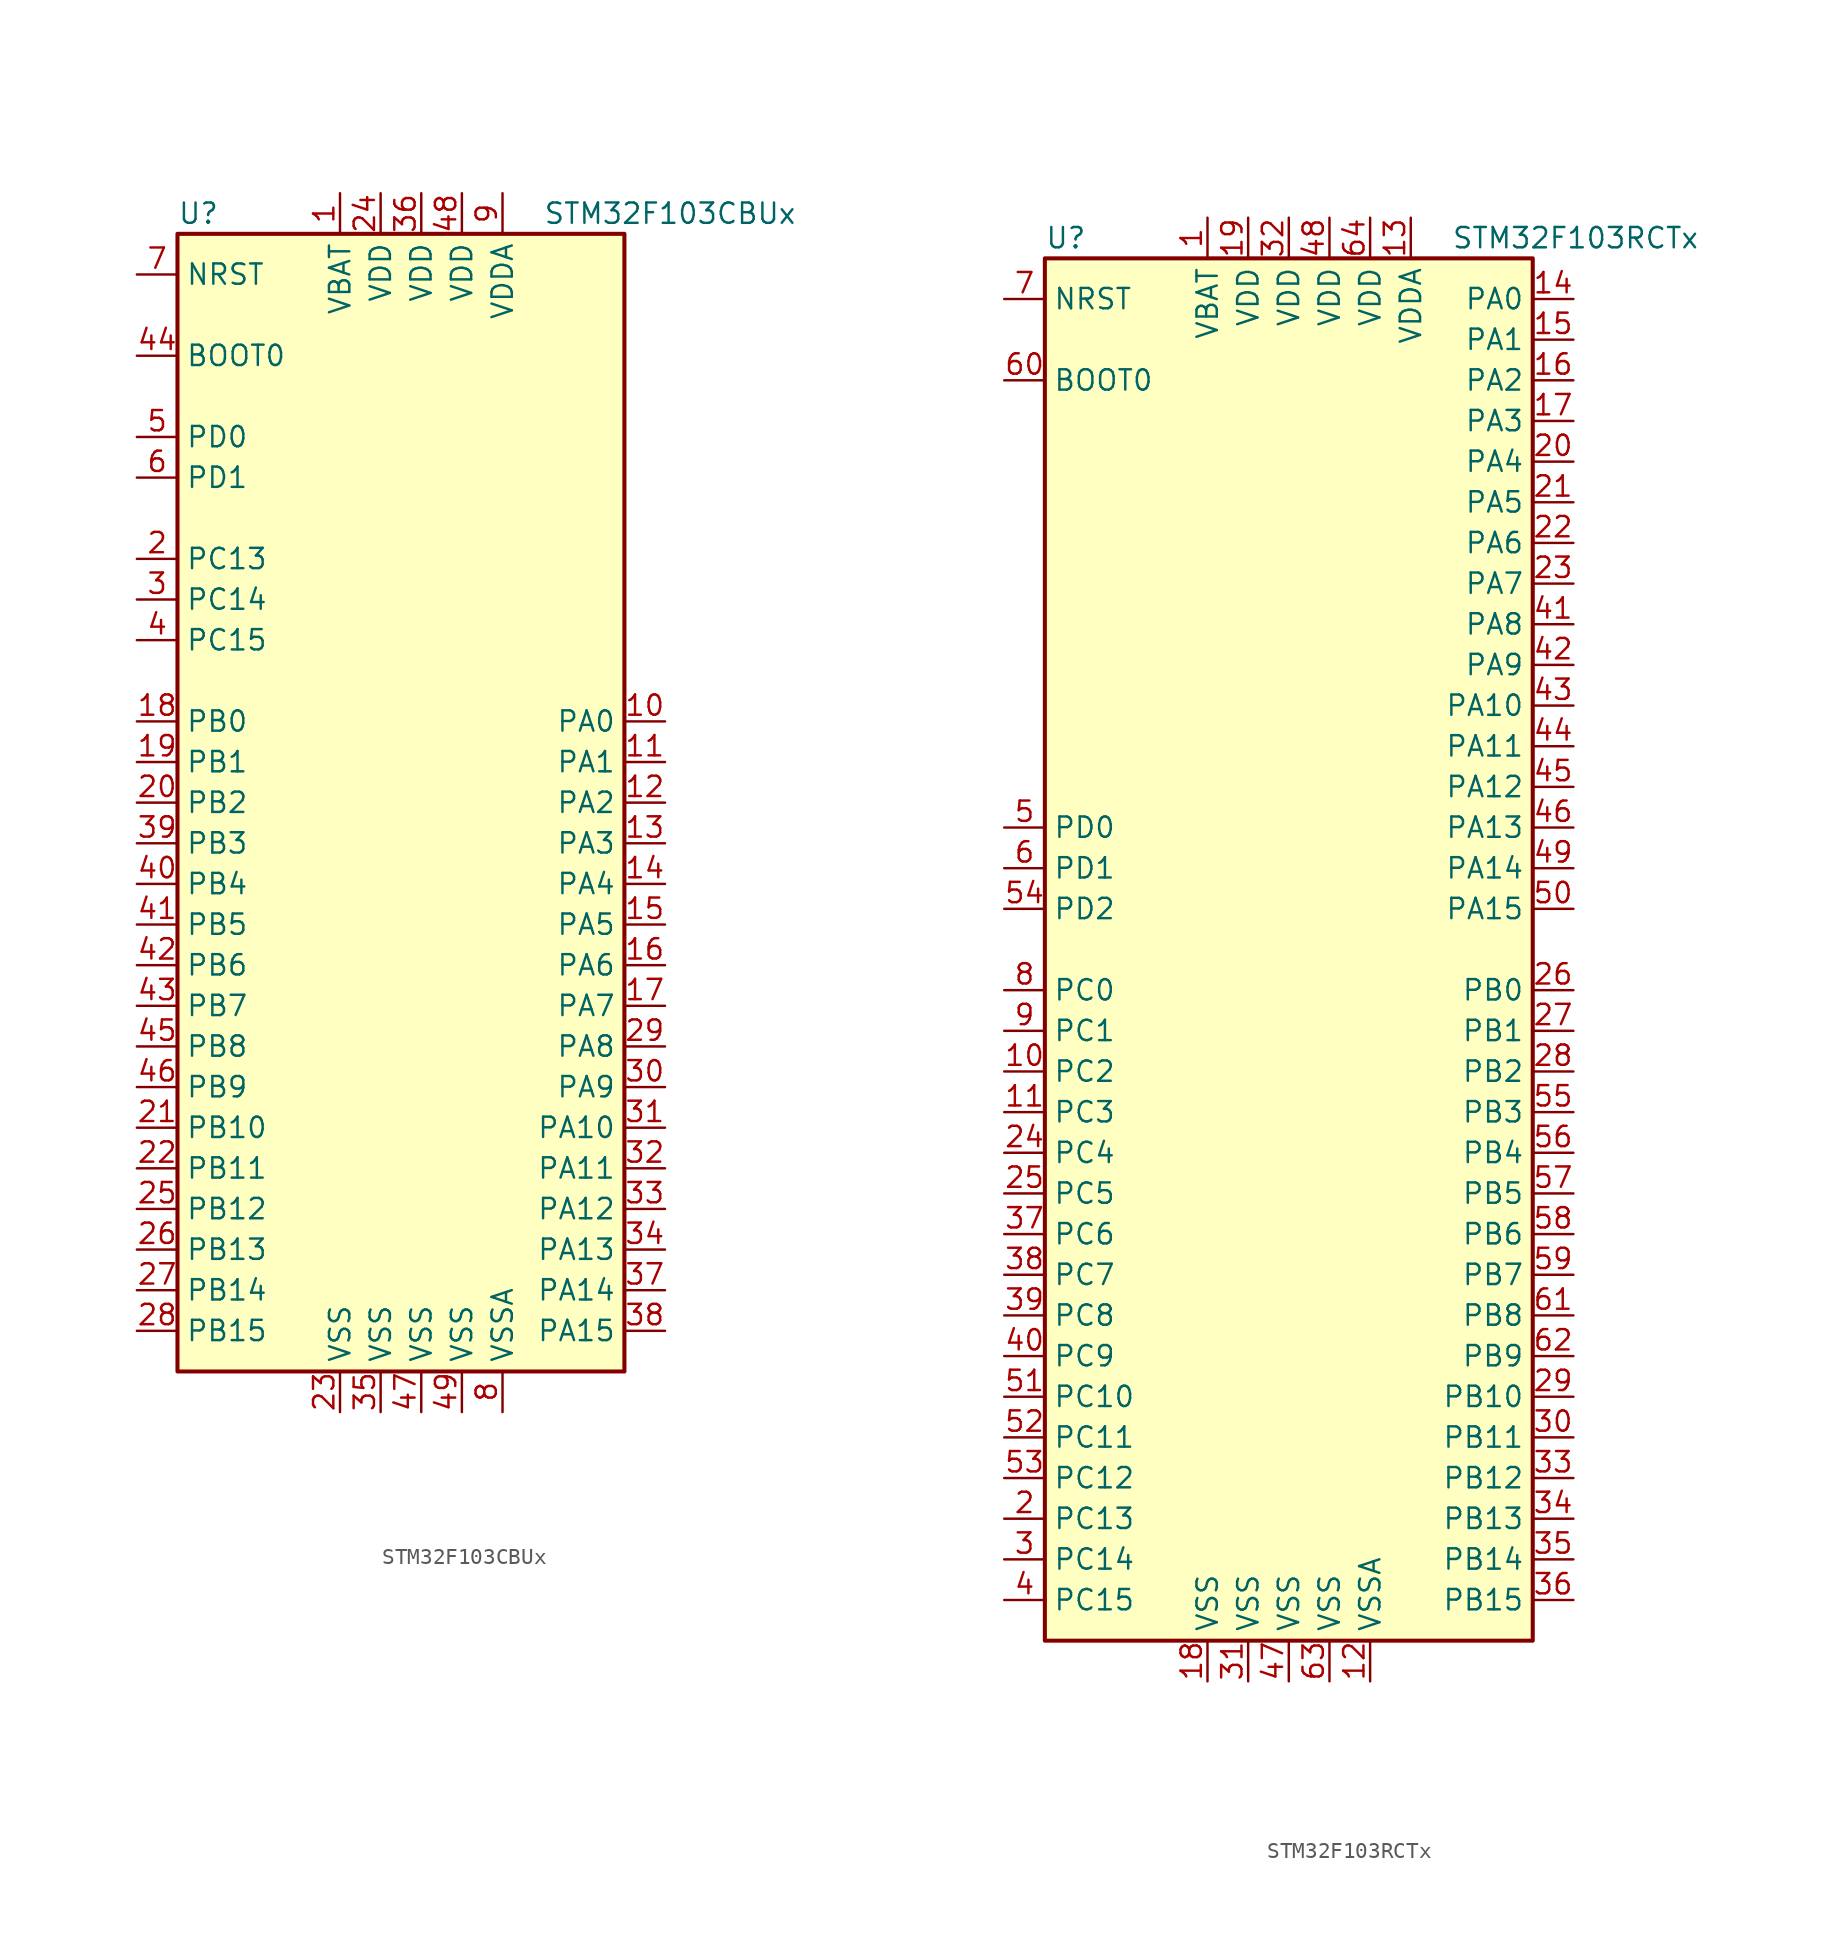
<source format=kicad_sym>
(kicad_symbol_lib
  (version 20201005)
  (generator kicad_symbol_editor)
  (symbol "STM32F103CBUx"
    (property "Reference" "U"
      (at -15.24 36.83 0)
      (effects (font (size 1.27 1.27)) (justify left)))
    (property "Value" "STM32F103CBUx"
      (at 7.62 36.83 0)
      (effects (font (size 1.27 1.27)) (justify left)))
    (symbol "STM32F103CBUx_0_1"
      (rectangle (start -15.24 -35.56) (end 12.7 35.56) (stroke (width 0.254)) (fill (type background))))
    (symbol "STM32F103CBUx_1_1"
      (pin input line (at -17.78 27.94 0) (length 2.54) (name "BOOT0" (effects (font (size 1.27 1.27)))) (number "44" (effects (font (size 1.27 1.27)))))
      (pin input line (at -17.78 33.02 0) (length 2.54) (name "NRST" (effects (font (size 1.27 1.27)))) (number "7" (effects (font (size 1.27 1.27)))))
      (pin bidirectional line (at 15.24 5.08 180) (length 2.54) (name "PA0" (effects (font (size 1.27 1.27)))) (number "10" (effects (font (size 1.27 1.27)))))
      (pin bidirectional line (at 15.24 2.54 180) (length 2.54) (name "PA1" (effects (font (size 1.27 1.27)))) (number "11" (effects (font (size 1.27 1.27)))))
      (pin bidirectional line (at 15.24 -20.32 180) (length 2.54) (name "PA10" (effects (font (size 1.27 1.27)))) (number "31" (effects (font (size 1.27 1.27)))))
      (pin bidirectional line (at 15.24 -22.86 180) (length 2.54) (name "PA11" (effects (font (size 1.27 1.27)))) (number "32" (effects (font (size 1.27 1.27)))))
      (pin bidirectional line (at 15.24 -25.4 180) (length 2.54) (name "PA12" (effects (font (size 1.27 1.27)))) (number "33" (effects (font (size 1.27 1.27)))))
      (pin bidirectional line (at 15.24 -27.94 180) (length 2.54) (name "PA13" (effects (font (size 1.27 1.27)))) (number "34" (effects (font (size 1.27 1.27)))))
      (pin bidirectional line (at 15.24 -30.48 180) (length 2.54) (name "PA14" (effects (font (size 1.27 1.27)))) (number "37" (effects (font (size 1.27 1.27)))))
      (pin bidirectional line (at 15.24 -33.02 180) (length 2.54) (name "PA15" (effects (font (size 1.27 1.27)))) (number "38" (effects (font (size 1.27 1.27)))))
      (pin bidirectional line (at 15.24 0 180) (length 2.54) (name "PA2" (effects (font (size 1.27 1.27)))) (number "12" (effects (font (size 1.27 1.27)))))
      (pin bidirectional line (at 15.24 -2.54 180) (length 2.54) (name "PA3" (effects (font (size 1.27 1.27)))) (number "13" (effects (font (size 1.27 1.27)))))
      (pin bidirectional line (at 15.24 -5.08 180) (length 2.54) (name "PA4" (effects (font (size 1.27 1.27)))) (number "14" (effects (font (size 1.27 1.27)))))
      (pin bidirectional line (at 15.24 -7.62 180) (length 2.54) (name "PA5" (effects (font (size 1.27 1.27)))) (number "15" (effects (font (size 1.27 1.27)))))
      (pin bidirectional line (at 15.24 -10.16 180) (length 2.54) (name "PA6" (effects (font (size 1.27 1.27)))) (number "16" (effects (font (size 1.27 1.27)))))
      (pin bidirectional line (at 15.24 -12.7 180) (length 2.54) (name "PA7" (effects (font (size 1.27 1.27)))) (number "17" (effects (font (size 1.27 1.27)))))
      (pin bidirectional line (at 15.24 -15.24 180) (length 2.54) (name "PA8" (effects (font (size 1.27 1.27)))) (number "29" (effects (font (size 1.27 1.27)))))
      (pin bidirectional line (at 15.24 -17.78 180) (length 2.54) (name "PA9" (effects (font (size 1.27 1.27)))) (number "30" (effects (font (size 1.27 1.27)))))
      (pin bidirectional line (at -17.78 5.08 0) (length 2.54) (name "PB0" (effects (font (size 1.27 1.27)))) (number "18" (effects (font (size 1.27 1.27)))))
      (pin bidirectional line (at -17.78 2.54 0) (length 2.54) (name "PB1" (effects (font (size 1.27 1.27)))) (number "19" (effects (font (size 1.27 1.27)))))
      (pin bidirectional line (at -17.78 -20.32 0) (length 2.54) (name "PB10" (effects (font (size 1.27 1.27)))) (number "21" (effects (font (size 1.27 1.27)))))
      (pin bidirectional line (at -17.78 -22.86 0) (length 2.54) (name "PB11" (effects (font (size 1.27 1.27)))) (number "22" (effects (font (size 1.27 1.27)))))
      (pin bidirectional line (at -17.78 -25.4 0) (length 2.54) (name "PB12" (effects (font (size 1.27 1.27)))) (number "25" (effects (font (size 1.27 1.27)))))
      (pin bidirectional line (at -17.78 -27.94 0) (length 2.54) (name "PB13" (effects (font (size 1.27 1.27)))) (number "26" (effects (font (size 1.27 1.27)))))
      (pin bidirectional line (at -17.78 -30.48 0) (length 2.54) (name "PB14" (effects (font (size 1.27 1.27)))) (number "27" (effects (font (size 1.27 1.27)))))
      (pin bidirectional line (at -17.78 -33.02 0) (length 2.54) (name "PB15" (effects (font (size 1.27 1.27)))) (number "28" (effects (font (size 1.27 1.27)))))
      (pin bidirectional line (at -17.78 0 0) (length 2.54) (name "PB2" (effects (font (size 1.27 1.27)))) (number "20" (effects (font (size 1.27 1.27)))))
      (pin bidirectional line (at -17.78 -2.54 0) (length 2.54) (name "PB3" (effects (font (size 1.27 1.27)))) (number "39" (effects (font (size 1.27 1.27)))))
      (pin bidirectional line (at -17.78 -5.08 0) (length 2.54) (name "PB4" (effects (font (size 1.27 1.27)))) (number "40" (effects (font (size 1.27 1.27)))))
      (pin bidirectional line (at -17.78 -7.62 0) (length 2.54) (name "PB5" (effects (font (size 1.27 1.27)))) (number "41" (effects (font (size 1.27 1.27)))))
      (pin bidirectional line (at -17.78 -10.16 0) (length 2.54) (name "PB6" (effects (font (size 1.27 1.27)))) (number "42" (effects (font (size 1.27 1.27)))))
      (pin bidirectional line (at -17.78 -12.7 0) (length 2.54) (name "PB7" (effects (font (size 1.27 1.27)))) (number "43" (effects (font (size 1.27 1.27)))))
      (pin bidirectional line (at -17.78 -15.24 0) (length 2.54) (name "PB8" (effects (font (size 1.27 1.27)))) (number "45" (effects (font (size 1.27 1.27)))))
      (pin bidirectional line (at -17.78 -17.78 0) (length 2.54) (name "PB9" (effects (font (size 1.27 1.27)))) (number "46" (effects (font (size 1.27 1.27)))))
      (pin bidirectional line (at -17.78 15.24 0) (length 2.54) (name "PC13" (effects (font (size 1.27 1.27)))) (number "2" (effects (font (size 1.27 1.27)))))
      (pin bidirectional line (at -17.78 12.7 0) (length 2.54) (name "PC14" (effects (font (size 1.27 1.27)))) (number "3" (effects (font (size 1.27 1.27)))))
      (pin bidirectional line (at -17.78 10.16 0) (length 2.54) (name "PC15" (effects (font (size 1.27 1.27)))) (number "4" (effects (font (size 1.27 1.27)))))
      (pin input line (at -17.78 22.86 0) (length 2.54) (name "PD0" (effects (font (size 1.27 1.27)))) (number "5" (effects (font (size 1.27 1.27)))))
      (pin input line (at -17.78 20.32 0) (length 2.54) (name "PD1" (effects (font (size 1.27 1.27)))) (number "6" (effects (font (size 1.27 1.27)))))
      (pin power_in line (at -5.08 38.1 270) (length 2.54) (name "VBAT" (effects (font (size 1.27 1.27)))) (number "1" (effects (font (size 1.27 1.27)))))
      (pin power_in line (at -2.54 38.1 270) (length 2.54) (name "VDD" (effects (font (size 1.27 1.27)))) (number "24" (effects (font (size 1.27 1.27)))))
      (pin power_in line (at 0 38.1 270) (length 2.54) (name "VDD" (effects (font (size 1.27 1.27)))) (number "36" (effects (font (size 1.27 1.27)))))
      (pin power_in line (at 2.54 38.1 270) (length 2.54) (name "VDD" (effects (font (size 1.27 1.27)))) (number "48" (effects (font (size 1.27 1.27)))))
      (pin power_in line (at 5.08 38.1 270) (length 2.54) (name "VDDA" (effects (font (size 1.27 1.27)))) (number "9" (effects (font (size 1.27 1.27)))))
      (pin power_in line (at -5.08 -38.1 90) (length 2.54) (name "VSS" (effects (font (size 1.27 1.27)))) (number "23" (effects (font (size 1.27 1.27)))))
      (pin power_in line (at -2.54 -38.1 90) (length 2.54) (name "VSS" (effects (font (size 1.27 1.27)))) (number "35" (effects (font (size 1.27 1.27)))))
      (pin power_in line (at 0 -38.1 90) (length 2.54) (name "VSS" (effects (font (size 1.27 1.27)))) (number "47" (effects (font (size 1.27 1.27)))))
      (pin power_in line (at 2.54 -38.1 90) (length 2.54) (name "VSS" (effects (font (size 1.27 1.27)))) (number "49" (effects (font (size 1.27 1.27)))))
      (pin power_in line (at 5.08 -38.1 90) (length 2.54) (name "VSSA" (effects (font (size 1.27 1.27)))) (number "8" (effects (font (size 1.27 1.27)))))))
  (symbol "STM32F103RCTx"
    (property "Reference" "U"
      (at -15.24 44.45 0)
      (effects (font (size 1.27 1.27)) (justify left)))
    (property "Value" "STM32F103RCTx"
      (at 10.16 44.45 0)
      (effects (font (size 1.27 1.27)) (justify left)))
    (symbol "STM32F103RCTx_0_1"
      (rectangle (start -15.24 -43.18) (end 15.24 43.18) (stroke (width 0.254)) (fill (type background))))
    (symbol "STM32F103RCTx_1_1"
      (pin input line (at -17.78 35.56 0) (length 2.54) (name "BOOT0" (effects (font (size 1.27 1.27)))) (number "60" (effects (font (size 1.27 1.27)))))
      (pin input line (at -17.78 40.64 0) (length 2.54) (name "NRST" (effects (font (size 1.27 1.27)))) (number "7" (effects (font (size 1.27 1.27)))))
      (pin bidirectional line (at 17.78 40.64 180) (length 2.54) (name "PA0" (effects (font (size 1.27 1.27)))) (number "14" (effects (font (size 1.27 1.27)))))
      (pin bidirectional line (at 17.78 38.1 180) (length 2.54) (name "PA1" (effects (font (size 1.27 1.27)))) (number "15" (effects (font (size 1.27 1.27)))))
      (pin bidirectional line (at 17.78 15.24 180) (length 2.54) (name "PA10" (effects (font (size 1.27 1.27)))) (number "43" (effects (font (size 1.27 1.27)))))
      (pin bidirectional line (at 17.78 12.7 180) (length 2.54) (name "PA11" (effects (font (size 1.27 1.27)))) (number "44" (effects (font (size 1.27 1.27)))))
      (pin bidirectional line (at 17.78 10.16 180) (length 2.54) (name "PA12" (effects (font (size 1.27 1.27)))) (number "45" (effects (font (size 1.27 1.27)))))
      (pin bidirectional line (at 17.78 7.62 180) (length 2.54) (name "PA13" (effects (font (size 1.27 1.27)))) (number "46" (effects (font (size 1.27 1.27)))))
      (pin bidirectional line (at 17.78 5.08 180) (length 2.54) (name "PA14" (effects (font (size 1.27 1.27)))) (number "49" (effects (font (size 1.27 1.27)))))
      (pin bidirectional line (at 17.78 2.54 180) (length 2.54) (name "PA15" (effects (font (size 1.27 1.27)))) (number "50" (effects (font (size 1.27 1.27)))))
      (pin bidirectional line (at 17.78 35.56 180) (length 2.54) (name "PA2" (effects (font (size 1.27 1.27)))) (number "16" (effects (font (size 1.27 1.27)))))
      (pin bidirectional line (at 17.78 33.02 180) (length 2.54) (name "PA3" (effects (font (size 1.27 1.27)))) (number "17" (effects (font (size 1.27 1.27)))))
      (pin bidirectional line (at 17.78 30.48 180) (length 2.54) (name "PA4" (effects (font (size 1.27 1.27)))) (number "20" (effects (font (size 1.27 1.27)))))
      (pin bidirectional line (at 17.78 27.94 180) (length 2.54) (name "PA5" (effects (font (size 1.27 1.27)))) (number "21" (effects (font (size 1.27 1.27)))))
      (pin bidirectional line (at 17.78 25.4 180) (length 2.54) (name "PA6" (effects (font (size 1.27 1.27)))) (number "22" (effects (font (size 1.27 1.27)))))
      (pin bidirectional line (at 17.78 22.86 180) (length 2.54) (name "PA7" (effects (font (size 1.27 1.27)))) (number "23" (effects (font (size 1.27 1.27)))))
      (pin bidirectional line (at 17.78 20.32 180) (length 2.54) (name "PA8" (effects (font (size 1.27 1.27)))) (number "41" (effects (font (size 1.27 1.27)))))
      (pin bidirectional line (at 17.78 17.78 180) (length 2.54) (name "PA9" (effects (font (size 1.27 1.27)))) (number "42" (effects (font (size 1.27 1.27)))))
      (pin bidirectional line (at 17.78 -2.54 180) (length 2.54) (name "PB0" (effects (font (size 1.27 1.27)))) (number "26" (effects (font (size 1.27 1.27)))))
      (pin bidirectional line (at 17.78 -5.08 180) (length 2.54) (name "PB1" (effects (font (size 1.27 1.27)))) (number "27" (effects (font (size 1.27 1.27)))))
      (pin bidirectional line (at 17.78 -27.94 180) (length 2.54) (name "PB10" (effects (font (size 1.27 1.27)))) (number "29" (effects (font (size 1.27 1.27)))))
      (pin bidirectional line (at 17.78 -30.48 180) (length 2.54) (name "PB11" (effects (font (size 1.27 1.27)))) (number "30" (effects (font (size 1.27 1.27)))))
      (pin bidirectional line (at 17.78 -33.02 180) (length 2.54) (name "PB12" (effects (font (size 1.27 1.27)))) (number "33" (effects (font (size 1.27 1.27)))))
      (pin bidirectional line (at 17.78 -35.56 180) (length 2.54) (name "PB13" (effects (font (size 1.27 1.27)))) (number "34" (effects (font (size 1.27 1.27)))))
      (pin bidirectional line (at 17.78 -38.1 180) (length 2.54) (name "PB14" (effects (font (size 1.27 1.27)))) (number "35" (effects (font (size 1.27 1.27)))))
      (pin bidirectional line (at 17.78 -40.64 180) (length 2.54) (name "PB15" (effects (font (size 1.27 1.27)))) (number "36" (effects (font (size 1.27 1.27)))))
      (pin bidirectional line (at 17.78 -7.62 180) (length 2.54) (name "PB2" (effects (font (size 1.27 1.27)))) (number "28" (effects (font (size 1.27 1.27)))))
      (pin bidirectional line (at 17.78 -10.16 180) (length 2.54) (name "PB3" (effects (font (size 1.27 1.27)))) (number "55" (effects (font (size 1.27 1.27)))))
      (pin bidirectional line (at 17.78 -12.7 180) (length 2.54) (name "PB4" (effects (font (size 1.27 1.27)))) (number "56" (effects (font (size 1.27 1.27)))))
      (pin bidirectional line (at 17.78 -15.24 180) (length 2.54) (name "PB5" (effects (font (size 1.27 1.27)))) (number "57" (effects (font (size 1.27 1.27)))))
      (pin bidirectional line (at 17.78 -17.78 180) (length 2.54) (name "PB6" (effects (font (size 1.27 1.27)))) (number "58" (effects (font (size 1.27 1.27)))))
      (pin bidirectional line (at 17.78 -20.32 180) (length 2.54) (name "PB7" (effects (font (size 1.27 1.27)))) (number "59" (effects (font (size 1.27 1.27)))))
      (pin bidirectional line (at 17.78 -22.86 180) (length 2.54) (name "PB8" (effects (font (size 1.27 1.27)))) (number "61" (effects (font (size 1.27 1.27)))))
      (pin bidirectional line (at 17.78 -25.4 180) (length 2.54) (name "PB9" (effects (font (size 1.27 1.27)))) (number "62" (effects (font (size 1.27 1.27)))))
      (pin bidirectional line (at -17.78 -2.54 0) (length 2.54) (name "PC0" (effects (font (size 1.27 1.27)))) (number "8" (effects (font (size 1.27 1.27)))))
      (pin bidirectional line (at -17.78 -5.08 0) (length 2.54) (name "PC1" (effects (font (size 1.27 1.27)))) (number "9" (effects (font (size 1.27 1.27)))))
      (pin bidirectional line (at -17.78 -27.94 0) (length 2.54) (name "PC10" (effects (font (size 1.27 1.27)))) (number "51" (effects (font (size 1.27 1.27)))))
      (pin bidirectional line (at -17.78 -30.48 0) (length 2.54) (name "PC11" (effects (font (size 1.27 1.27)))) (number "52" (effects (font (size 1.27 1.27)))))
      (pin bidirectional line (at -17.78 -33.02 0) (length 2.54) (name "PC12" (effects (font (size 1.27 1.27)))) (number "53" (effects (font (size 1.27 1.27)))))
      (pin bidirectional line (at -17.78 -35.56 0) (length 2.54) (name "PC13" (effects (font (size 1.27 1.27)))) (number "2" (effects (font (size 1.27 1.27)))))
      (pin bidirectional line (at -17.78 -38.1 0) (length 2.54) (name "PC14" (effects (font (size 1.27 1.27)))) (number "3" (effects (font (size 1.27 1.27)))))
      (pin bidirectional line (at -17.78 -40.64 0) (length 2.54) (name "PC15" (effects (font (size 1.27 1.27)))) (number "4" (effects (font (size 1.27 1.27)))))
      (pin bidirectional line (at -17.78 -7.62 0) (length 2.54) (name "PC2" (effects (font (size 1.27 1.27)))) (number "10" (effects (font (size 1.27 1.27)))))
      (pin bidirectional line (at -17.78 -10.16 0) (length 2.54) (name "PC3" (effects (font (size 1.27 1.27)))) (number "11" (effects (font (size 1.27 1.27)))))
      (pin bidirectional line (at -17.78 -12.7 0) (length 2.54) (name "PC4" (effects (font (size 1.27 1.27)))) (number "24" (effects (font (size 1.27 1.27)))))
      (pin bidirectional line (at -17.78 -15.24 0) (length 2.54) (name "PC5" (effects (font (size 1.27 1.27)))) (number "25" (effects (font (size 1.27 1.27)))))
      (pin bidirectional line (at -17.78 -17.78 0) (length 2.54) (name "PC6" (effects (font (size 1.27 1.27)))) (number "37" (effects (font (size 1.27 1.27)))))
      (pin bidirectional line (at -17.78 -20.32 0) (length 2.54) (name "PC7" (effects (font (size 1.27 1.27)))) (number "38" (effects (font (size 1.27 1.27)))))
      (pin bidirectional line (at -17.78 -22.86 0) (length 2.54) (name "PC8" (effects (font (size 1.27 1.27)))) (number "39" (effects (font (size 1.27 1.27)))))
      (pin bidirectional line (at -17.78 -25.4 0) (length 2.54) (name "PC9" (effects (font (size 1.27 1.27)))) (number "40" (effects (font (size 1.27 1.27)))))
      (pin input line (at -17.78 7.62 0) (length 2.54) (name "PD0" (effects (font (size 1.27 1.27)))) (number "5" (effects (font (size 1.27 1.27)))))
      (pin input line (at -17.78 5.08 0) (length 2.54) (name "PD1" (effects (font (size 1.27 1.27)))) (number "6" (effects (font (size 1.27 1.27)))))
      (pin bidirectional line (at -17.78 2.54 0) (length 2.54) (name "PD2" (effects (font (size 1.27 1.27)))) (number "54" (effects (font (size 1.27 1.27)))))
      (pin power_in line (at -5.08 45.72 270) (length 2.54) (name "VBAT" (effects (font (size 1.27 1.27)))) (number "1" (effects (font (size 1.27 1.27)))))
      (pin power_in line (at -2.54 45.72 270) (length 2.54) (name "VDD" (effects (font (size 1.27 1.27)))) (number "19" (effects (font (size 1.27 1.27)))))
      (pin power_in line (at 0 45.72 270) (length 2.54) (name "VDD" (effects (font (size 1.27 1.27)))) (number "32" (effects (font (size 1.27 1.27)))))
      (pin power_in line (at 2.54 45.72 270) (length 2.54) (name "VDD" (effects (font (size 1.27 1.27)))) (number "48" (effects (font (size 1.27 1.27)))))
      (pin power_in line (at 5.08 45.72 270) (length 2.54) (name "VDD" (effects (font (size 1.27 1.27)))) (number "64" (effects (font (size 1.27 1.27)))))
      (pin power_in line (at 7.62 45.72 270) (length 2.54) (name "VDDA" (effects (font (size 1.27 1.27)))) (number "13" (effects (font (size 1.27 1.27)))))
      (pin power_in line (at -5.08 -45.72 90) (length 2.54) (name "VSS" (effects (font (size 1.27 1.27)))) (number "18" (effects (font (size 1.27 1.27)))))
      (pin power_in line (at -2.54 -45.72 90) (length 2.54) (name "VSS" (effects (font (size 1.27 1.27)))) (number "31" (effects (font (size 1.27 1.27)))))
      (pin power_in line (at 0 -45.72 90) (length 2.54) (name "VSS" (effects (font (size 1.27 1.27)))) (number "47" (effects (font (size 1.27 1.27)))))
      (pin power_in line (at 2.54 -45.72 90) (length 2.54) (name "VSS" (effects (font (size 1.27 1.27)))) (number "63" (effects (font (size 1.27 1.27)))))
      (pin power_in line (at 5.08 -45.72 90) (length 2.54) (name "VSSA" (effects (font (size 1.27 1.27)))) (number "12" (effects (font (size 1.27 1.27))))))))
</source>
